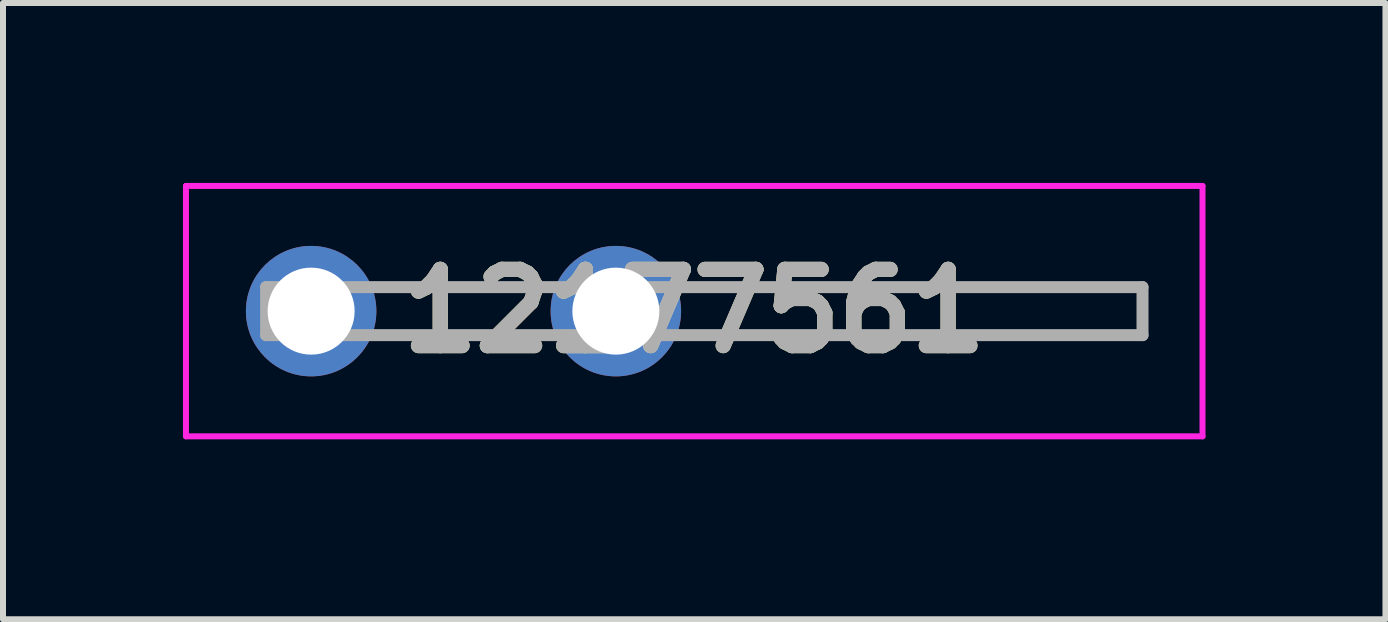
<source format=kicad_pcb>
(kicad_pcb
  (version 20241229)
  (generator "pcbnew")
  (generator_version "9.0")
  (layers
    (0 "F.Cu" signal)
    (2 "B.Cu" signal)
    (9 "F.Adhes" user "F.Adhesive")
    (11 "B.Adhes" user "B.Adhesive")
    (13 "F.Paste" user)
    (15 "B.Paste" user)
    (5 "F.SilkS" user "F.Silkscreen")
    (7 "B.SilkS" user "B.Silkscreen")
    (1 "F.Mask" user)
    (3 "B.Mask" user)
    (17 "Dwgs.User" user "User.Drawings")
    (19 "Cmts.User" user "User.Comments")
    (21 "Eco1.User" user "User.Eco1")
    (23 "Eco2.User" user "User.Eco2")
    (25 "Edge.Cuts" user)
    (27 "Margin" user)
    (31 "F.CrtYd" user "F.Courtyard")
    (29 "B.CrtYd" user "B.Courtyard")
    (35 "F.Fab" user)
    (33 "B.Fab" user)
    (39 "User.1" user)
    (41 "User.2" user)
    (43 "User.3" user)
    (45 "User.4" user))
  (footprint "12177561"
    (layer "F.Cu")
    (at 2.137 2.137)
    (property "Reference" "12177561" (at 6.386 0 0) (layer "F.SilkS") (effects (font (size 1.27 1.27) (thickness 0.254))))
    (attr through_hole)
    (fp_line (start 1.54 -0.4) (end 3.54 -0.4) (stroke (width 0.1) (type solid)) (layer "F.SilkS"))
    (fp_line (start 1.54 0.4) (end 3.54 0.4) (stroke (width 0.1) (type solid)) (layer "F.SilkS"))
    (fp_line (start 6.6 -0.4) (end 13.86 -0.4) (stroke (width 0.1) (type solid)) (layer "F.SilkS"))
    (fp_line (start 13.86 -0.4) (end 13.86 0.4) (stroke (width 0.1) (type solid)) (layer "F.SilkS"))
    (fp_line (start 13.86 0.4) (end 6.6 0.4) (stroke (width 0.1) (type solid)) (layer "F.SilkS"))
    (fp_line (start -2.087 -2.087) (end 14.86 -2.087) (stroke (width 0.1) (type solid)) (layer "F.CrtYd"))
    (fp_line (start -2.087 2.087) (end -2.087 -2.087) (stroke (width 0.1) (type solid)) (layer "F.CrtYd"))
    (fp_line (start 14.86 -2.087) (end 14.86 2.087) (stroke (width 0.1) (type solid)) (layer "F.CrtYd"))
    (fp_line (start 14.86 2.087) (end -2.087 2.087) (stroke (width 0.1) (type solid)) (layer "F.CrtYd"))
    (fp_line (start -0.75 -0.4) (end 13.86 -0.4) (stroke (width 0.2) (type solid)) (layer "F.Fab"))
    (fp_line (start -0.75 0.4) (end -0.75 -0.4) (stroke (width 0.2) (type solid)) (layer "F.Fab"))
    (fp_line (start 13.86 -0.4) (end 13.86 0.4) (stroke (width 0.2) (type solid)) (layer "F.Fab"))
    (fp_line (start 13.86 0.4) (end -0.75 0.4) (stroke (width 0.2) (type solid)) (layer "F.Fab"))
    (fp_text user "${REFERENCE}" (at 6.386 0 0) (layer "F.Fab") (effects (font (size 1.27 1.27) (thickness 0.254))))
    (pad "1" thru_hole circle (at 0 0) (size 2.175 2.175) (drill 1.45) (layers "*.Cu" "*.Mask"))
    (pad "2" thru_hole circle (at 5.08 0) (size 2.175 2.175) (drill 1.45) (layers "*.Cu" "*.Mask")))
  (gr_rect
    (start -3 -3)
    (end 20.047 7.274)
    (stroke (width 0.1) (type default))
    (fill no)
    (layer "Edge.Cuts")))
</source>
